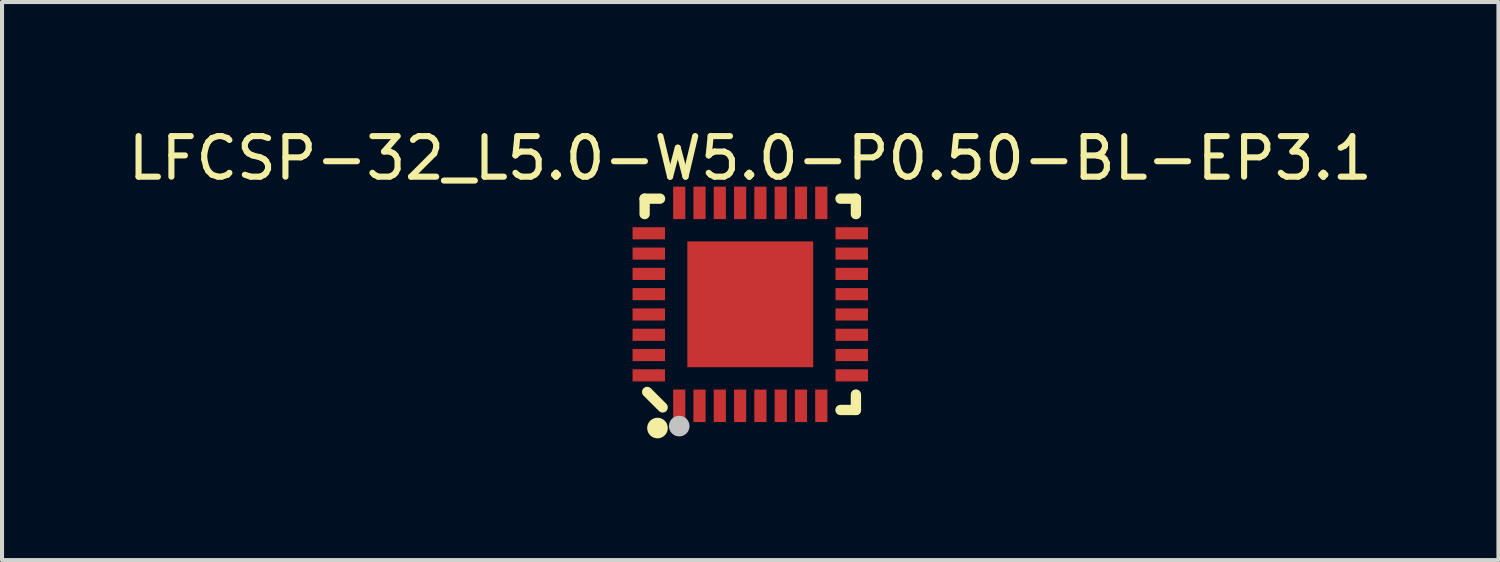
<source format=kicad_pcb>
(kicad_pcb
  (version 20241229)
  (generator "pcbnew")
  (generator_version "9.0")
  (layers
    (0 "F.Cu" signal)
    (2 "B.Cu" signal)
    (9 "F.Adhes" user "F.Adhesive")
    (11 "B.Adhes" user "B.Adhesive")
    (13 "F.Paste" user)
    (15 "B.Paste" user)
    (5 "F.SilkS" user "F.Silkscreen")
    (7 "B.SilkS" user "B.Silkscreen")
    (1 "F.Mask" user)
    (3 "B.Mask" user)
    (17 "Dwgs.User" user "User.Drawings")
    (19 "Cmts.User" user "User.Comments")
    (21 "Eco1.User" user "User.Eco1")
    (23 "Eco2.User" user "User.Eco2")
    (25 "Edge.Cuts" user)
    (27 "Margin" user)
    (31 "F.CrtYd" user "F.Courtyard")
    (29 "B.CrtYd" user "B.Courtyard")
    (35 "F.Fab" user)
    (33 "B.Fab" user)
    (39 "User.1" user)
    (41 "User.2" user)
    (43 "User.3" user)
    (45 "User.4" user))
  (footprint "LFCSP-32_L5.0-W5.0-P0.50-BL-EP3.1"
    (layer "F.Cu")
    (at 15.435 4.448)
    (property "Reference" "LFCSP-32_L5.0-W5.0-P0.50-BL-EP3.1" (at 0 -3.6 0) (layer "F.SilkS") (effects (font (size 1 1) (thickness 0.15))))
    (fp_line (start -2.603 -2.603) (end -2.603 -2.223) (stroke (width 0.254) (type default)) (layer "F.SilkS"))
    (fp_line (start -2.54 2.159) (end -2.159 2.54) (stroke (width 0.254) (type default)) (layer "F.SilkS"))
    (fp_line (start -2.223 -2.603) (end -2.603 -2.603) (stroke (width 0.254) (type default)) (layer "F.SilkS"))
    (fp_line (start 2.223 2.603) (end 2.603 2.603) (stroke (width 0.254) (type default)) (layer "F.SilkS"))
    (fp_line (start 2.603 -2.603) (end 2.223 -2.603) (stroke (width 0.254) (type default)) (layer "F.SilkS"))
    (fp_line (start 2.603 -2.223) (end 2.603 -2.603) (stroke (width 0.254) (type default)) (layer "F.SilkS"))
    (fp_line (start 2.603 2.603) (end 2.603 2.223) (stroke (width 0.254) (type default)) (layer "F.SilkS"))
    (fp_circle (center -2.286 3.048) (end -2.159 3.048) (stroke (width 0.254) (type default)) (fill no) (layer "F.SilkS"))
    (fp_poly (pts (xy -2.1 -1.6) (xy -2.1 -1.9) (xy -2.9 -1.9) (xy -2.9 -1.6)) (stroke (width 0) (type default)) (fill yes) (layer "F.Paste"))
    (fp_poly (pts (xy -2.1 -1.1) (xy -2.1 -1.4) (xy -2.9 -1.4) (xy -2.9 -1.1)) (stroke (width 0) (type default)) (fill yes) (layer "F.Paste"))
    (fp_poly (pts (xy -2.1 -0.6) (xy -2.1 -0.9) (xy -2.9 -0.9) (xy -2.9 -0.6)) (stroke (width 0) (type default)) (fill yes) (layer "F.Paste"))
    (fp_poly (pts (xy -2.1 -0.1) (xy -2.1 -0.4) (xy -2.9 -0.4) (xy -2.9 -0.1)) (stroke (width 0) (type default)) (fill yes) (layer "F.Paste"))
    (fp_poly (pts (xy -2.1 0.4) (xy -2.1 0.1) (xy -2.9 0.1) (xy -2.9 0.4)) (stroke (width 0) (type default)) (fill yes) (layer "F.Paste"))
    (fp_poly (pts (xy -2.1 0.9) (xy -2.1 0.6) (xy -2.9 0.6) (xy -2.9 0.9)) (stroke (width 0) (type default)) (fill yes) (layer "F.Paste"))
    (fp_poly (pts (xy -2.1 1.4) (xy -2.1 1.1) (xy -2.9 1.1) (xy -2.9 1.4)) (stroke (width 0) (type default)) (fill yes) (layer "F.Paste"))
    (fp_poly (pts (xy -2.1 1.9) (xy -2.1 1.6) (xy -2.9 1.6) (xy -2.9 1.9)) (stroke (width 0) (type default)) (fill yes) (layer "F.Paste"))
    (fp_poly (pts (xy -1.6 -2.9) (xy -1.899 -2.9) (xy -1.899 -2.1) (xy -1.6 -2.1)) (stroke (width 0) (type default)) (fill yes) (layer "F.Paste"))
    (fp_poly (pts (xy -1.6 2.1) (xy -1.899 2.1) (xy -1.899 2.9) (xy -1.6 2.9)) (stroke (width 0) (type default)) (fill yes) (layer "F.Paste"))
    (fp_poly (pts (xy -1.24 -1.24) (xy 1.24 -1.24) (xy 1.24 1.24) (xy -1.24 1.24)) (stroke (width 0) (type default)) (fill yes) (layer "F.Paste"))
    (fp_poly (pts (xy -1.1 -2.9) (xy -1.4 -2.9) (xy -1.4 -2.1) (xy -1.1 -2.1)) (stroke (width 0) (type default)) (fill yes) (layer "F.Paste"))
    (fp_poly (pts (xy -1.1 2.1) (xy -1.4 2.1) (xy -1.4 2.9) (xy -1.1 2.9)) (stroke (width 0) (type default)) (fill yes) (layer "F.Paste"))
    (fp_poly (pts (xy -0.6 -2.9) (xy -0.899 -2.9) (xy -0.899 -2.1) (xy -0.6 -2.1)) (stroke (width 0) (type default)) (fill yes) (layer "F.Paste"))
    (fp_poly (pts (xy -0.6 2.1) (xy -0.899 2.1) (xy -0.899 2.9) (xy -0.6 2.9)) (stroke (width 0) (type default)) (fill yes) (layer "F.Paste"))
    (fp_poly (pts (xy -0.1 -2.9) (xy -0.4 -2.9) (xy -0.4 -2.1) (xy -0.1 -2.1)) (stroke (width 0) (type default)) (fill yes) (layer "F.Paste"))
    (fp_poly (pts (xy -0.1 2.1) (xy -0.4 2.1) (xy -0.4 2.9) (xy -0.1 2.9)) (stroke (width 0) (type default)) (fill yes) (layer "F.Paste"))
    (fp_poly (pts (xy 0.4 -2.9) (xy 0.101 -2.9) (xy 0.101 -2.1) (xy 0.4 -2.1)) (stroke (width 0) (type default)) (fill yes) (layer "F.Paste"))
    (fp_poly (pts (xy 0.4 2.1) (xy 0.101 2.1) (xy 0.101 2.9) (xy 0.4 2.9)) (stroke (width 0) (type default)) (fill yes) (layer "F.Paste"))
    (fp_poly (pts (xy 0.9 -2.9) (xy 0.6 -2.9) (xy 0.6 -2.1) (xy 0.9 -2.1)) (stroke (width 0) (type default)) (fill yes) (layer "F.Paste"))
    (fp_poly (pts (xy 0.9 2.1) (xy 0.6 2.1) (xy 0.6 2.9) (xy 0.9 2.9)) (stroke (width 0) (type default)) (fill yes) (layer "F.Paste"))
    (fp_poly (pts (xy 1.4 -2.9) (xy 1.101 -2.9) (xy 1.101 -2.1) (xy 1.4 -2.1)) (stroke (width 0) (type default)) (fill yes) (layer "F.Paste"))
    (fp_poly (pts (xy 1.4 2.1) (xy 1.101 2.1) (xy 1.101 2.9) (xy 1.4 2.9)) (stroke (width 0) (type default)) (fill yes) (layer "F.Paste"))
    (fp_poly (pts (xy 1.9 -2.9) (xy 1.6 -2.9) (xy 1.6 -2.1) (xy 1.9 -2.1)) (stroke (width 0) (type default)) (fill yes) (layer "F.Paste"))
    (fp_poly (pts (xy 1.9 2.1) (xy 1.6 2.1) (xy 1.6 2.9) (xy 1.9 2.9)) (stroke (width 0) (type default)) (fill yes) (layer "F.Paste"))
    (fp_poly (pts (xy 2.9 -1.6) (xy 2.9 -1.9) (xy 2.1 -1.9) (xy 2.1 -1.6)) (stroke (width 0) (type default)) (fill yes) (layer "F.Paste"))
    (fp_poly (pts (xy 2.9 -1.1) (xy 2.9 -1.4) (xy 2.1 -1.4) (xy 2.1 -1.1)) (stroke (width 0) (type default)) (fill yes) (layer "F.Paste"))
    (fp_poly (pts (xy 2.9 -0.6) (xy 2.9 -0.9) (xy 2.1 -0.9) (xy 2.1 -0.6)) (stroke (width 0) (type default)) (fill yes) (layer "F.Paste"))
    (fp_poly (pts (xy 2.9 -0.1) (xy 2.9 -0.4) (xy 2.1 -0.4) (xy 2.1 -0.1)) (stroke (width 0) (type default)) (fill yes) (layer "F.Paste"))
    (fp_poly (pts (xy 2.9 0.4) (xy 2.9 0.1) (xy 2.1 0.1) (xy 2.1 0.4)) (stroke (width 0) (type default)) (fill yes) (layer "F.Paste"))
    (fp_poly (pts (xy 2.9 0.9) (xy 2.9 0.6) (xy 2.1 0.6) (xy 2.1 0.9)) (stroke (width 0) (type default)) (fill yes) (layer "F.Paste"))
    (fp_poly (pts (xy 2.9 1.4) (xy 2.9 1.1) (xy 2.1 1.1) (xy 2.1 1.4)) (stroke (width 0) (type default)) (fill yes) (layer "F.Paste"))
    (fp_poly (pts (xy 2.9 1.9) (xy 2.9 1.6) (xy 2.1 1.6) (xy 2.1 1.9)) (stroke (width 0) (type default)) (fill yes) (layer "F.Paste"))
    (fp_circle (center -1.75 3) (end -1.623 3) (stroke (width 0.254) (type default)) (fill no) (layer "Dwgs.User"))
    (fp_poly (pts (xy -2.5 -1.875) (xy -2.1 -1.875) (xy -2.1 -1.625) (xy -2.5 -1.625)) (stroke (width 0.1) (type default)) (fill no) (layer "User.1"))
    (fp_poly (pts (xy -2.5 -1.375) (xy -2.1 -1.375) (xy -2.1 -1.125) (xy -2.5 -1.125)) (stroke (width 0.1) (type default)) (fill no) (layer "User.1"))
    (fp_poly (pts (xy -2.5 -0.875) (xy -2.1 -0.875) (xy -2.1 -0.625) (xy -2.5 -0.625)) (stroke (width 0.1) (type default)) (fill no) (layer "User.1"))
    (fp_poly (pts (xy -2.5 -0.375) (xy -2.1 -0.375) (xy -2.1 -0.125) (xy -2.5 -0.125)) (stroke (width 0.1) (type default)) (fill no) (layer "User.1"))
    (fp_poly (pts (xy -2.5 0.125) (xy -2.1 0.125) (xy -2.1 0.375) (xy -2.5 0.375)) (stroke (width 0.1) (type default)) (fill no) (layer "User.1"))
    (fp_poly (pts (xy -2.5 0.625) (xy -2.1 0.625) (xy -2.1 0.875) (xy -2.5 0.875)) (stroke (width 0.1) (type default)) (fill no) (layer "User.1"))
    (fp_poly (pts (xy -2.5 1.125) (xy -2.1 1.125) (xy -2.1 1.375) (xy -2.5 1.375)) (stroke (width 0.1) (type default)) (fill no) (layer "User.1"))
    (fp_poly (pts (xy -2.5 1.625) (xy -2.1 1.625) (xy -2.1 1.875) (xy -2.5 1.875)) (stroke (width 0.1) (type default)) (fill no) (layer "User.1"))
    (fp_poly (pts (xy -1.875 -2.1) (xy -1.875 -2.5) (xy -1.625 -2.5) (xy -1.625 -2.1)) (stroke (width 0.1) (type default)) (fill no) (layer "User.1"))
    (fp_poly (pts (xy -1.625 2.1) (xy -1.625 2.5) (xy -1.875 2.5) (xy -1.875 2.1)) (stroke (width 0.1) (type default)) (fill no) (layer "User.1"))
    (fp_poly (pts (xy -1.55 -1.55) (xy 1.55 -1.55) (xy 1.55 1.55) (xy -1.55 1.55)) (stroke (width 0.1) (type default)) (fill no) (layer "User.1"))
    (fp_poly (pts (xy -1.375 -2.1) (xy -1.375 -2.5) (xy -1.125 -2.5) (xy -1.125 -2.1)) (stroke (width 0.1) (type default)) (fill no) (layer "User.1"))
    (fp_poly (pts (xy -1.125 2.1) (xy -1.125 2.5) (xy -1.375 2.5) (xy -1.375 2.1)) (stroke (width 0.1) (type default)) (fill no) (layer "User.1"))
    (fp_poly (pts (xy -0.875 -2.1) (xy -0.875 -2.5) (xy -0.625 -2.5) (xy -0.625 -2.1)) (stroke (width 0.1) (type default)) (fill no) (layer "User.1"))
    (fp_poly (pts (xy -0.625 2.1) (xy -0.625 2.5) (xy -0.875 2.5) (xy -0.875 2.1)) (stroke (width 0.1) (type default)) (fill no) (layer "User.1"))
    (fp_poly (pts (xy -0.375 -2.1) (xy -0.375 -2.5) (xy -0.125 -2.5) (xy -0.125 -2.1)) (stroke (width 0.1) (type default)) (fill no) (layer "User.1"))
    (fp_poly (pts (xy -0.125 2.1) (xy -0.125 2.5) (xy -0.375 2.5) (xy -0.375 2.1)) (stroke (width 0.1) (type default)) (fill no) (layer "User.1"))
    (fp_poly (pts (xy 0.125 -2.1) (xy 0.125 -2.5) (xy 0.375 -2.5) (xy 0.375 -2.1)) (stroke (width 0.1) (type default)) (fill no) (layer "User.1"))
    (fp_poly (pts (xy 0.375 2.1) (xy 0.375 2.5) (xy 0.125 2.5) (xy 0.125 2.1)) (stroke (width 0.1) (type default)) (fill no) (layer "User.1"))
    (fp_poly (pts (xy 0.625 -2.1) (xy 0.625 -2.5) (xy 0.875 -2.5) (xy 0.875 -2.1)) (stroke (width 0.1) (type default)) (fill no) (layer "User.1"))
    (fp_poly (pts (xy 0.875 2.1) (xy 0.875 2.5) (xy 0.625 2.5) (xy 0.625 2.1)) (stroke (width 0.1) (type default)) (fill no) (layer "User.1"))
    (fp_poly (pts (xy 1.125 -2.1) (xy 1.125 -2.5) (xy 1.375 -2.5) (xy 1.375 -2.1)) (stroke (width 0.1) (type default)) (fill no) (layer "User.1"))
    (fp_poly (pts (xy 1.375 2.1) (xy 1.375 2.5) (xy 1.125 2.5) (xy 1.125 2.1)) (stroke (width 0.1) (type default)) (fill no) (layer "User.1"))
    (fp_poly (pts (xy 1.625 -2.1) (xy 1.625 -2.5) (xy 1.875 -2.5) (xy 1.875 -2.1)) (stroke (width 0.1) (type default)) (fill no) (layer "User.1"))
    (fp_poly (pts (xy 1.875 2.1) (xy 1.875 2.5) (xy 1.625 2.5) (xy 1.625 2.1)) (stroke (width 0.1) (type default)) (fill no) (layer "User.1"))
    (fp_poly (pts (xy 2.5 -1.625) (xy 2.1 -1.625) (xy 2.1 -1.875) (xy 2.5 -1.875)) (stroke (width 0.1) (type default)) (fill no) (layer "User.1"))
    (fp_poly (pts (xy 2.5 -1.125) (xy 2.1 -1.125) (xy 2.1 -1.375) (xy 2.5 -1.375)) (stroke (width 0.1) (type default)) (fill no) (layer "User.1"))
    (fp_poly (pts (xy 2.5 -0.625) (xy 2.1 -0.625) (xy 2.1 -0.875) (xy 2.5 -0.875)) (stroke (width 0.1) (type default)) (fill no) (layer "User.1"))
    (fp_poly (pts (xy 2.5 -0.125) (xy 2.1 -0.125) (xy 2.1 -0.375) (xy 2.5 -0.375)) (stroke (width 0.1) (type default)) (fill no) (layer "User.1"))
    (fp_poly (pts (xy 2.5 0.375) (xy 2.1 0.375) (xy 2.1 0.125) (xy 2.5 0.125)) (stroke (width 0.1) (type default)) (fill no) (layer "User.1"))
    (fp_poly (pts (xy 2.5 0.875) (xy 2.1 0.875) (xy 2.1 0.625) (xy 2.5 0.625)) (stroke (width 0.1) (type default)) (fill no) (layer "User.1"))
    (fp_poly (pts (xy 2.5 1.375) (xy 2.1 1.375) (xy 2.1 1.125) (xy 2.5 1.125)) (stroke (width 0.1) (type default)) (fill no) (layer "User.1"))
    (fp_poly (pts (xy 2.5 1.875) (xy 2.1 1.875) (xy 2.1 1.625) (xy 2.5 1.625)) (stroke (width 0.1) (type default)) (fill no) (layer "User.1"))
    (fp_line (start -2.5 -2.5) (end 2.5 -2.5) (stroke (width 0.051) (type default)) (layer "User.2"))
    (fp_line (start -2.5 2.5) (end -2.5 -2.5) (stroke (width 0.051) (type default)) (layer "User.2"))
    (fp_line (start 2.5 -2.5) (end 2.5 2.5) (stroke (width 0.051) (type default)) (layer "User.2"))
    (fp_line (start 2.5 2.5) (end -2.5 2.5) (stroke (width 0.051) (type default)) (layer "User.2"))
    (fp_poly (pts (xy -2.445 2.477) (xy -2.477 2.445) (xy -2.523 2.445) (xy -2.555 2.477) (xy -2.555 2.523) (xy -2.523 2.555) (xy -2.477 2.555) (xy -2.445 2.523)) (stroke (width 0.1) (type default)) (fill no) (layer "User.3"))
    (pad "1" smd rect (at -1.75 2.5) (size 0.3 0.8) (layers "F.Cu" "F.Mask" "F.Paste"))
    (pad "2" smd rect (at -1.25 2.5) (size 0.3 0.8) (layers "F.Cu" "F.Mask" "F.Paste"))
    (pad "3" smd rect (at -0.75 2.5) (size 0.3 0.8) (layers "F.Cu" "F.Mask" "F.Paste"))
    (pad "4" smd rect (at -0.25 2.5) (size 0.3 0.8) (layers "F.Cu" "F.Mask" "F.Paste"))
    (pad "5" smd rect (at 0.25 2.5) (size 0.3 0.8) (layers "F.Cu" "F.Mask" "F.Paste"))
    (pad "6" smd rect (at 0.75 2.5) (size 0.3 0.8) (layers "F.Cu" "F.Mask" "F.Paste"))
    (pad "7" smd rect (at 1.25 2.5) (size 0.3 0.8) (layers "F.Cu" "F.Mask" "F.Paste"))
    (pad "8" smd rect (at 1.75 2.5) (size 0.3 0.8) (layers "F.Cu" "F.Mask" "F.Paste"))
    (pad "9" smd rect (at 2.5 1.75) (size 0.8 0.299) (layers "F.Cu" "F.Mask" "F.Paste"))
    (pad "10" smd rect (at 2.5 1.25) (size 0.8 0.299) (layers "F.Cu" "F.Mask" "F.Paste"))
    (pad "11" smd rect (at 2.5 0.75) (size 0.8 0.299) (layers "F.Cu" "F.Mask" "F.Paste"))
    (pad "12" smd rect (at 2.5 0.25) (size 0.8 0.299) (layers "F.Cu" "F.Mask" "F.Paste"))
    (pad "13" smd rect (at 2.5 -0.25) (size 0.8 0.299) (layers "F.Cu" "F.Mask" "F.Paste"))
    (pad "14" smd rect (at 2.5 -0.75) (size 0.8 0.299) (layers "F.Cu" "F.Mask" "F.Paste"))
    (pad "15" smd rect (at 2.5 -1.25) (size 0.8 0.299) (layers "F.Cu" "F.Mask" "F.Paste"))
    (pad "16" smd rect (at 2.5 -1.75) (size 0.8 0.299) (layers "F.Cu" "F.Mask" "F.Paste"))
    (pad "17" smd rect (at 1.75 -2.5) (size 0.3 0.8) (layers "F.Cu" "F.Mask" "F.Paste"))
    (pad "18" smd rect (at 1.25 -2.5) (size 0.3 0.8) (layers "F.Cu" "F.Mask" "F.Paste"))
    (pad "19" smd rect (at 0.75 -2.5) (size 0.3 0.8) (layers "F.Cu" "F.Mask" "F.Paste"))
    (pad "20" smd rect (at 0.25 -2.5) (size 0.3 0.8) (layers "F.Cu" "F.Mask" "F.Paste"))
    (pad "21" smd rect (at -0.25 -2.5) (size 0.3 0.8) (layers "F.Cu" "F.Mask" "F.Paste"))
    (pad "22" smd rect (at -0.75 -2.5) (size 0.3 0.8) (layers "F.Cu" "F.Mask" "F.Paste"))
    (pad "23" smd rect (at -1.25 -2.5) (size 0.3 0.8) (layers "F.Cu" "F.Mask" "F.Paste"))
    (pad "24" smd rect (at -1.75 -2.5) (size 0.3 0.8) (layers "F.Cu" "F.Mask" "F.Paste"))
    (pad "25" smd rect (at -2.5 -1.75) (size 0.8 0.299) (layers "F.Cu" "F.Mask" "F.Paste"))
    (pad "26" smd rect (at -2.5 -1.25) (size 0.8 0.299) (layers "F.Cu" "F.Mask" "F.Paste"))
    (pad "27" smd rect (at -2.5 -0.75) (size 0.8 0.299) (layers "F.Cu" "F.Mask" "F.Paste"))
    (pad "28" smd rect (at -2.5 -0.25) (size 0.8 0.299) (layers "F.Cu" "F.Mask" "F.Paste"))
    (pad "29" smd rect (at -2.5 0.25) (size 0.8 0.299) (layers "F.Cu" "F.Mask" "F.Paste"))
    (pad "30" smd rect (at -2.5 0.75) (size 0.8 0.299) (layers "F.Cu" "F.Mask" "F.Paste"))
    (pad "31" smd rect (at -2.5 1.25) (size 0.8 0.299) (layers "F.Cu" "F.Mask" "F.Paste"))
    (pad "32" smd rect (at -2.5 1.75) (size 0.8 0.299) (layers "F.Cu" "F.Mask" "F.Paste"))
    (pad "33" smd rect (at 0 0) (size 3.1 3.1) (layers "F.Cu" "F.Mask" "F.Paste")))
  (gr_rect
    (start -3 -3)
    (end 33.869 10.75)
    (stroke (width 0.1) (type default))
    (fill no)
    (layer "Edge.Cuts")))
</source>
